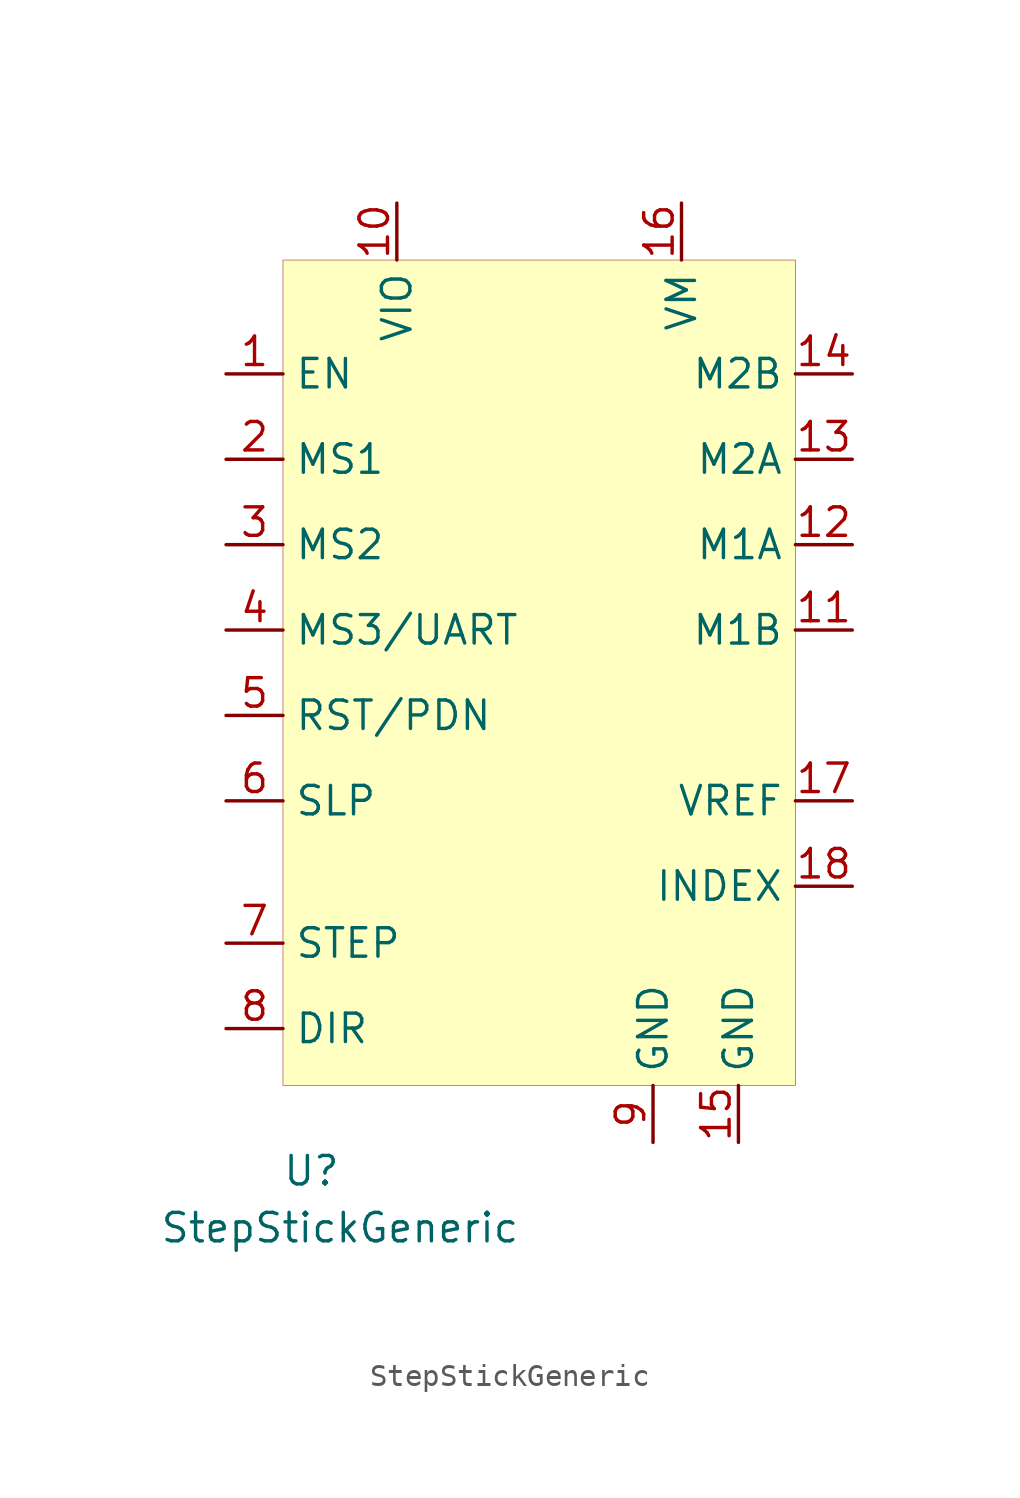
<source format=kicad_sym>
(kicad_symbol_lib
  (version 20201005)
  (generator kicad_symbol_editor)
  (symbol "StepStick:StepStickGeneric"
    (property "Reference" "U"
      (at -10.16 -26.67 0)
      (effects (font (size 1.27 1.27))))
    (property "Value" "StepStickGeneric"
      (at -8.89 -29.21 0)
      (effects (font (size 1.27 1.27))))
    (symbol "StepStickGeneric_0_1"
      (rectangle (start -11.43 13.97) (end 11.43 -22.86) (stroke (width 0.001)) (fill (type background))))
    (symbol "StepStickGeneric_1_1"
      (pin input line (at -13.97 8.89 0) (length 2.54) (name "EN" (effects (font (size 1.27 1.27)))) (number "1" (effects (font (size 1.27 1.27)))))
      (pin input line (at -13.97 5.08 0) (length 2.54) (name "MS1" (effects (font (size 1.27 1.27)))) (number "2" (effects (font (size 1.27 1.27)))))
      (pin input line (at -13.97 1.27 0) (length 2.54) (name "MS2" (effects (font (size 1.27 1.27)))) (number "3" (effects (font (size 1.27 1.27)))))
      (pin input line (at -13.97 -16.51 0) (length 2.54) (name "STEP" (effects (font (size 1.27 1.27)))) (number "7" (effects (font (size 1.27 1.27)))))
      (pin input line (at -13.97 -20.32 0) (length 2.54) (name "DIR" (effects (font (size 1.27 1.27)))) (number "8" (effects (font (size 1.27 1.27)))))
      (pin output line (at 13.97 8.89 180) (length 2.54) (name "M2B" (effects (font (size 1.27 1.27)))) (number "14" (effects (font (size 1.27 1.27)))))
      (pin output line (at 13.97 5.08 180) (length 2.54) (name "M2A" (effects (font (size 1.27 1.27)))) (number "13" (effects (font (size 1.27 1.27)))))
      (pin output line (at 13.97 1.27 180) (length 2.54) (name "M1A" (effects (font (size 1.27 1.27)))) (number "12" (effects (font (size 1.27 1.27)))))
      (pin output line (at 13.97 -2.54 180) (length 2.54) (name "M1B" (effects (font (size 1.27 1.27)))) (number "11" (effects (font (size 1.27 1.27)))))
      (pin power_in line (at -6.35 16.51 270) (length 2.54) (name "VIO" (effects (font (size 1.27 1.27)))) (number "10" (effects (font (size 1.27 1.27)))))
      (pin power_in line (at 5.08 -25.4 90) (length 2.54) (name "GND" (effects (font (size 1.27 1.27)))) (number "9" (effects (font (size 1.27 1.27)))))
      (pin power_in line (at 8.89 -25.4 90) (length 2.54) (name "GND" (effects (font (size 1.27 1.27)))) (number "15" (effects (font (size 1.27 1.27)))))
      (pin power_in line (at 6.35 16.51 270) (length 2.54) (name "VM" (effects (font (size 1.27 1.27)))) (number "16" (effects (font (size 1.27 1.27)))))
      (pin input line (at -13.97 -2.54 0) (length 2.54) (name "MS3/UART" (effects (font (size 1.27 1.27)))) (number "4" (effects (font (size 1.27 1.27)))))
      (pin input line (at -13.97 -6.35 0) (length 2.54) (name "RST/PDN" (effects (font (size 1.27 1.27)))) (number "5" (effects (font (size 1.27 1.27)))))
      (pin input line (at -13.97 -10.16 0) (length 2.54) (name "SLP" (effects (font (size 1.27 1.27)))) (number "6" (effects (font (size 1.27 1.27)))))
      (pin output line (at 13.97 -10.16 180) (length 2.54) (name "VREF" (effects (font (size 1.27 1.27)))) (number "17" (effects (font (size 1.27 1.27)))))
      (pin output line (at 13.97 -13.97 180) (length 2.54) (name "INDEX" (effects (font (size 1.27 1.27)))) (number "18" (effects (font (size 1.27 1.27))))))))
</source>
